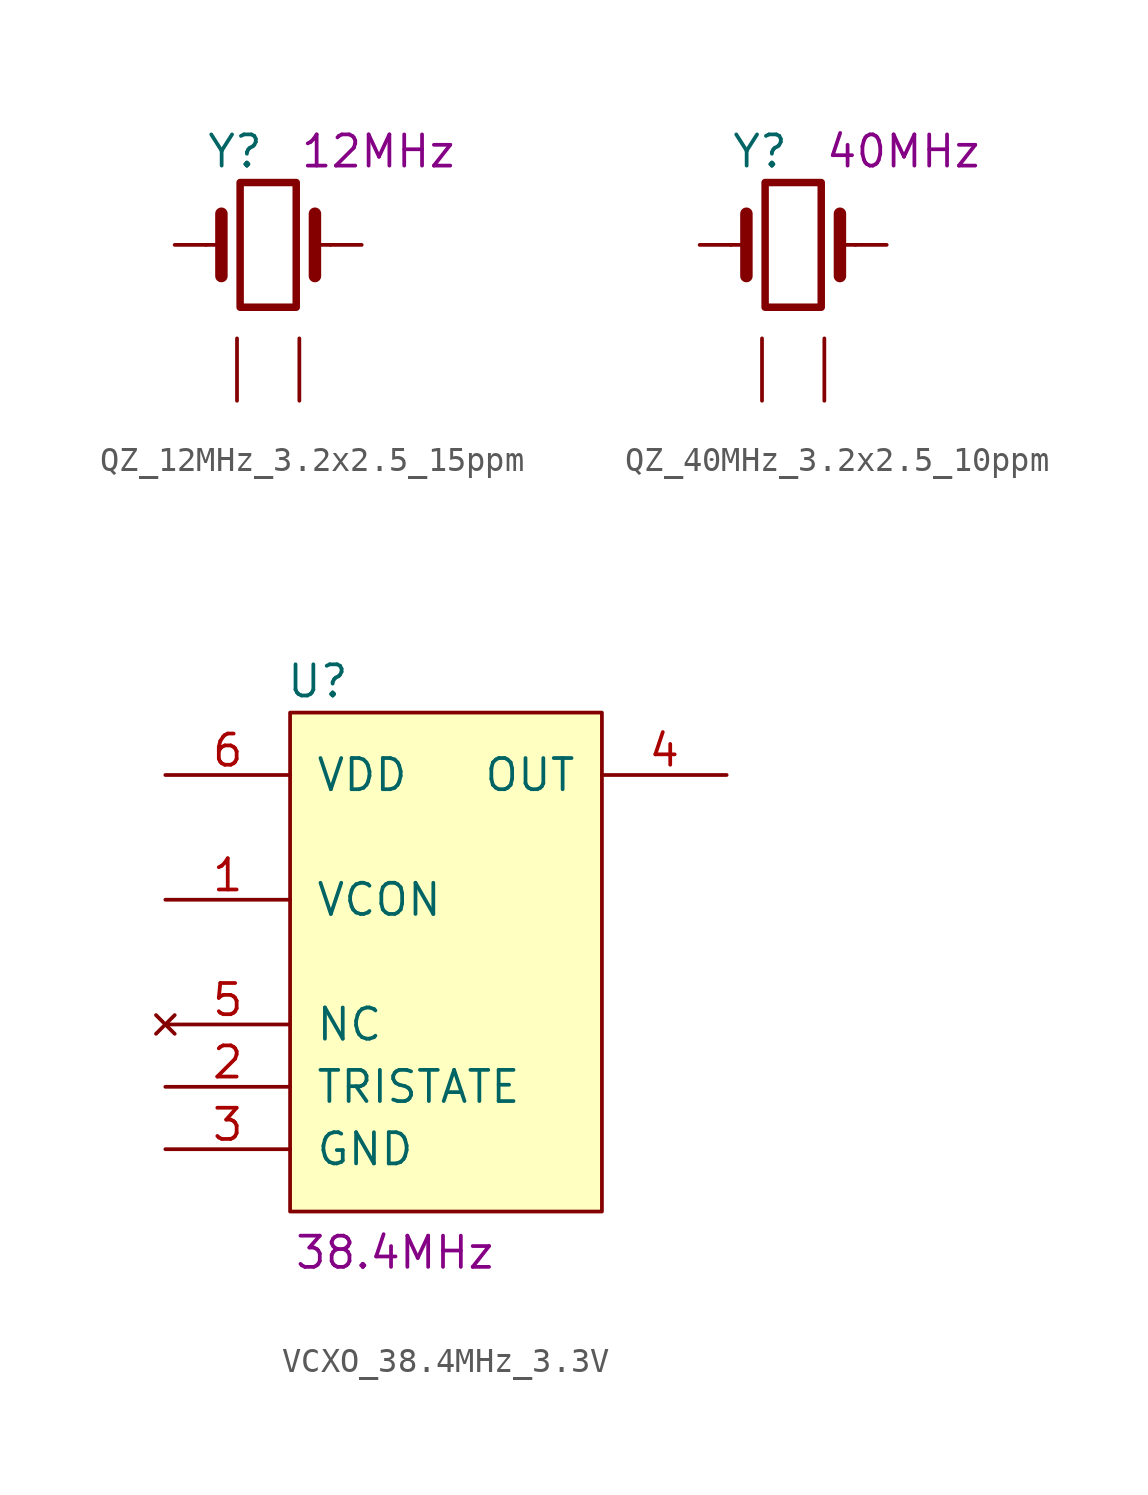
<source format=kicad_sym>
(kicad_symbol_lib
  (version 20211014)
  (generator kicad_symbol_editor)
  (symbol "QZ_12MHz_3.2x2.5_15ppm"
    (pin_numbers hide)
    (pin_names
      (offset 1.016) hide)
    (property "Reference" "Y"
      (at -2.54 3.81 0)
      (effects (font (size 1.27 1.27)) (justify left)))
    (property "Displayed Value" "12MHz"
      (at 1.27 3.81 0)
      (effects (font (size 1.27 1.27)) (justify left)))
    (symbol "QZ_12MHz_3.2x2.5_15ppm_0_1"
      (rectangle (start -1.143 2.54) (end 1.143 -2.54) (stroke (width 0.305) (type default) (color 0 0 0 0)) (fill (type none)))
      (polyline (pts (xy -2.54 0) (xy -1.905 0)) (stroke (width 0) (type default) (color 0 0 0 0)) (fill (type none)))
      (polyline (pts (xy -1.905 -1.27) (xy -1.905 1.27)) (stroke (width 0.508) (type default) (color 0 0 0 0)) (fill (type none)))
      (polyline (pts (xy 1.905 -1.27) (xy 1.905 1.27)) (stroke (width 0.508) (type default) (color 0 0 0 0)) (fill (type none)))
      (polyline (pts (xy 2.54 0) (xy 1.905 0)) (stroke (width 0) (type default) (color 0 0 0 0)) (fill (type none))))
    (symbol "QZ_12MHz_3.2x2.5_15ppm_1_1"
      (pin passive line (at -3.81 0 0) (length 1.27) (name "1" (effects (font (size 1.27 1.27)))) (number "1" (effects (font (size 1.27 1.27)))))
      (pin passive line (at -1.27 -6.35 90) (length 2.54) (name "2" (effects (font (size 1.27 1.27)))) (number "2" (effects (font (size 1.27 1.27)))))
      (pin passive line (at 3.81 0 180) (length 1.27) (name "3" (effects (font (size 1.27 1.27)))) (number "3" (effects (font (size 1.27 1.27)))))
      (pin passive line (at 1.27 -6.35 90) (length 2.54) (name "4" (effects (font (size 1.27 1.27)))) (number "4" (effects (font (size 1.27 1.27)))))))
  (symbol "QZ_40MHz_3.2x2.5_10ppm"
    (pin_numbers hide)
    (pin_names
      (offset 1.016) hide)
    (property "Reference" "Y"
      (at -2.54 3.81 0)
      (effects (font (size 1.27 1.27)) (justify left)))
    (property "Displayed Value" "40MHz"
      (at 1.27 3.81 0)
      (effects (font (size 1.27 1.27)) (justify left)))
    (symbol "QZ_40MHz_3.2x2.5_10ppm_0_1"
      (rectangle (start -1.143 2.54) (end 1.143 -2.54) (stroke (width 0.305) (type default) (color 0 0 0 0)) (fill (type none)))
      (polyline (pts (xy -2.54 0) (xy -1.905 0)) (stroke (width 0) (type default) (color 0 0 0 0)) (fill (type none)))
      (polyline (pts (xy -1.905 -1.27) (xy -1.905 1.27)) (stroke (width 0.508) (type default) (color 0 0 0 0)) (fill (type none)))
      (polyline (pts (xy 1.905 -1.27) (xy 1.905 1.27)) (stroke (width 0.508) (type default) (color 0 0 0 0)) (fill (type none)))
      (polyline (pts (xy 2.54 0) (xy 1.905 0)) (stroke (width 0) (type default) (color 0 0 0 0)) (fill (type none))))
    (symbol "QZ_40MHz_3.2x2.5_10ppm_1_1"
      (pin passive line (at -3.81 0 0) (length 1.27) (name "1" (effects (font (size 1.27 1.27)))) (number "1" (effects (font (size 1.27 1.27)))))
      (pin passive line (at -1.27 -6.35 90) (length 2.54) (name "2" (effects (font (size 1.27 1.27)))) (number "2" (effects (font (size 1.27 1.27)))))
      (pin passive line (at 3.81 0 180) (length 1.27) (name "3" (effects (font (size 1.27 1.27)))) (number "3" (effects (font (size 1.27 1.27)))))
      (pin passive line (at 1.27 -6.35 90) (length 2.54) (name "4" (effects (font (size 1.27 1.27)))) (number "4" (effects (font (size 1.27 1.27)))))))
  (symbol "VCXO_38.4MHz_3.3V"
    (pin_names
      (offset 1.016))
    (property "Reference" "U"
      (at -5.261 8.897 0)
      (effects (font (size 1.27 1.27)) (justify left)))
    (property "Displayed Value" "38.4MHz"
      (at -4.939 -14.373 0)
      (effects (font (size 1.27 1.27)) (justify left)))
    (symbol "VCXO_38.4MHz_3.3V_0_1"
      (rectangle (start -5.08 7.62) (end 7.62 -12.7) (stroke (width 0.152) (type default) (color 0 0 0 0)) (fill (type background))))
    (symbol "VCXO_38.4MHz_3.3V_1_1"
      (pin input line (at -10.16 0 0) (length 5.08) (name "VCON" (effects (font (size 1.27 1.27)))) (number "1" (effects (font (size 1.27 1.27)))))
      (pin input line (at -10.16 -7.62 0) (length 5.08) (name "TRISTATE" (effects (font (size 1.27 1.27)))) (number "2" (effects (font (size 1.27 1.27)))))
      (pin power_in line (at -10.16 -10.16 0) (length 5.08) (name "GND" (effects (font (size 1.27 1.27)))) (number "3" (effects (font (size 1.27 1.27)))))
      (pin output line (at 12.7 5.08 180) (length 5.08) (name "OUT" (effects (font (size 1.27 1.27)))) (number "4" (effects (font (size 1.27 1.27)))))
      (pin no_connect line (at -10.16 -5.08 0) (length 5.08) (name "NC" (effects (font (size 1.27 1.27)))) (number "5" (effects (font (size 1.27 1.27)))))
      (pin power_in line (at -10.16 5.08 0) (length 5.08) (name "VDD" (effects (font (size 1.27 1.27)))) (number "6" (effects (font (size 1.27 1.27))))))))
</source>
